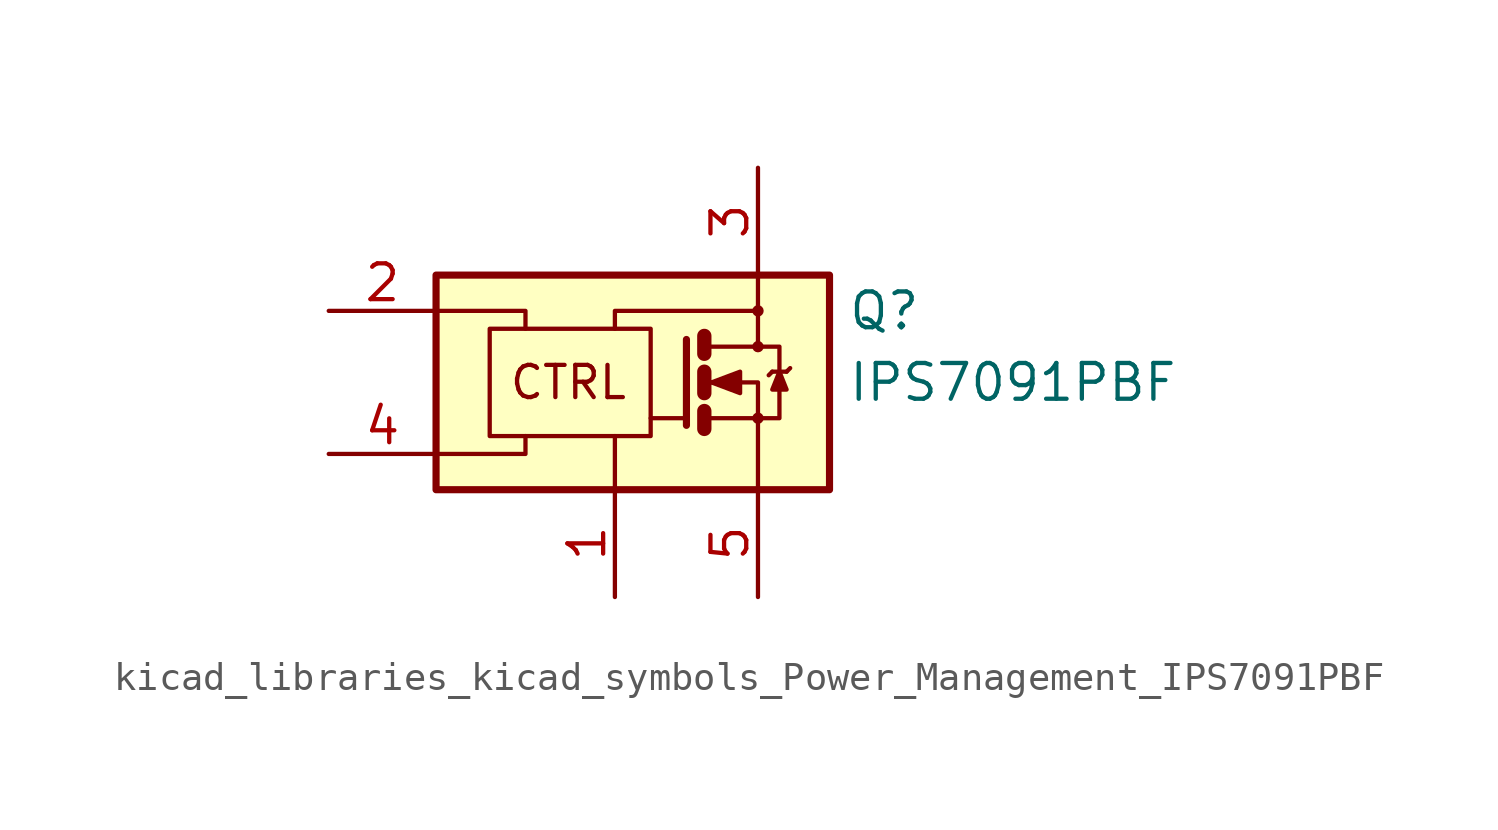
<source format=kicad_sym>
(kicad_symbol_lib
  (version 20220914)
  (generator kicad_symbol_editor)
  (symbol "kicad_libraries_kicad_symbols_Power_Management_IPS7091PBF"
    (pin_names
      (offset 0) hide)
    (property "Reference" "Q"
      (at 8.255 2.54 0)
      (effects (font (size 1.27 1.27)) (justify left)))
    (property "Value" "IPS7091PBF"
      (at 8.255 0 0)
      (effects (font (size 1.27 1.27)) (justify left)))
    (symbol "kicad_libraries_kicad_symbols_Power_Management_IPS7091PBF_0_0"
      (rectangle (start -6.35 3.81) (end 7.62 -3.81) (stroke (width 0.254) (type default)) (fill (type background)))
      (polyline (pts (xy 0 -3.81) (xy 0 -1.905)) (stroke (width 0) (type default)) (fill (type none)))
      (polyline (pts (xy -6.35 -2.54) (xy -3.175 -2.54) (xy -3.175 -1.905)) (stroke (width 0) (type default)) (fill (type none)))
      (polyline (pts (xy -6.35 2.54) (xy -3.175 2.54) (xy -3.175 1.905)) (stroke (width 0) (type default)) (fill (type none)))
      (polyline (pts (xy 0 1.905) (xy 0 2.54) (xy 5.08 2.54)) (stroke (width 0) (type default)) (fill (type none)))
      (circle (center 5.08 2.54) (radius 0.127) (stroke (width 0) (type default)) (fill (type none)))
      (text "CTRL" (at -1.651 0 0) (effects (font (size 1.143 1.143)))))
    (symbol "kicad_libraries_kicad_symbols_Power_Management_IPS7091PBF_0_1"
      (rectangle (start -4.445 1.905) (end 1.27 -1.905) (stroke (width 0) (type default)) (fill (type none)))
      (polyline (pts (xy 2.54 -1.27) (xy 1.27 -1.27)) (stroke (width 0) (type default)) (fill (type none)))
      (polyline (pts (xy 3.175 -1.016) (xy 3.175 -1.651)) (stroke (width 0.508) (type default)) (fill (type none)))
      (polyline (pts (xy 3.175 0.381) (xy 3.175 -0.381)) (stroke (width 0.508) (type default)) (fill (type none)))
      (polyline (pts (xy 3.175 1.651) (xy 3.175 1.016)) (stroke (width 0.508) (type default)) (fill (type none)))
      (polyline (pts (xy 5.588 0.381) (xy 5.461 0.254)) (stroke (width 0) (type default)) (fill (type none)))
      (polyline (pts (xy 5.588 0.381) (xy 6.096 0.381)) (stroke (width 0) (type default)) (fill (type none)))
      (polyline (pts (xy 6.096 0.381) (xy 6.223 0.508)) (stroke (width 0) (type default)) (fill (type none)))
      (polyline (pts (xy 2.54 1.524) (xy 2.54 -1.524) (xy 2.54 -1.524)) (stroke (width 0.254) (type default)) (fill (type none)))
      (polyline (pts (xy 3.302 0) (xy 5.08 0) (xy 5.08 -3.81)) (stroke (width 0) (type default)) (fill (type none)))
      (polyline (pts (xy 5.08 3.81) (xy 5.08 1.27) (xy 3.302 1.27)) (stroke (width 0) (type default)) (fill (type none)))
      (polyline (pts (xy 3.302 -1.27) (xy 5.842 -1.27) (xy 5.842 1.27) (xy 5.08 1.27)) (stroke (width 0) (type default)) (fill (type none)))
      (polyline (pts (xy 5.842 0.381) (xy 5.588 -0.254) (xy 6.096 -0.254) (xy 5.842 0.381)) (stroke (width 0) (type default)) (fill (type outline)))
      (polyline (pts (xy 3.429 0) (xy 4.445 0.381) (xy 4.445 -0.381) (xy 3.429 0) (xy 3.556 0) (xy 3.556 0)) (stroke (width 0) (type default)) (fill (type outline)))
      (circle (center 5.08 -1.27) (radius 0.127) (stroke (width 0) (type default)) (fill (type none)))
      (circle (center 5.08 1.27) (radius 0.127) (stroke (width 0) (type default)) (fill (type none))))
    (symbol "kicad_libraries_kicad_symbols_Power_Management_IPS7091PBF_1_1"
      (pin power_in line (at 0 -7.62 90) (length 3.81) (name "GND" (effects (font (size 1.27 1.27)))) (number "1" (effects (font (size 1.27 1.27)))))
      (pin input line (at -10.16 2.54 0) (length 3.81) (name "IN" (effects (font (size 1.27 1.27)))) (number "2" (effects (font (size 1.27 1.27)))))
      (pin power_in line (at 5.08 7.62 270) (length 3.81) (name "VCC" (effects (font (size 1.27 1.27)))) (number "3" (effects (font (size 1.27 1.27)))))
      (pin bidirectional line (at -10.16 -2.54 0) (length 3.81) (name "DG" (effects (font (size 1.27 1.27)))) (number "4" (effects (font (size 1.27 1.27)))))
      (pin output line (at 5.08 -7.62 90) (length 3.81) (name "OUT" (effects (font (size 1.27 1.27)))) (number "5" (effects (font (size 1.27 1.27))))))))
</source>
